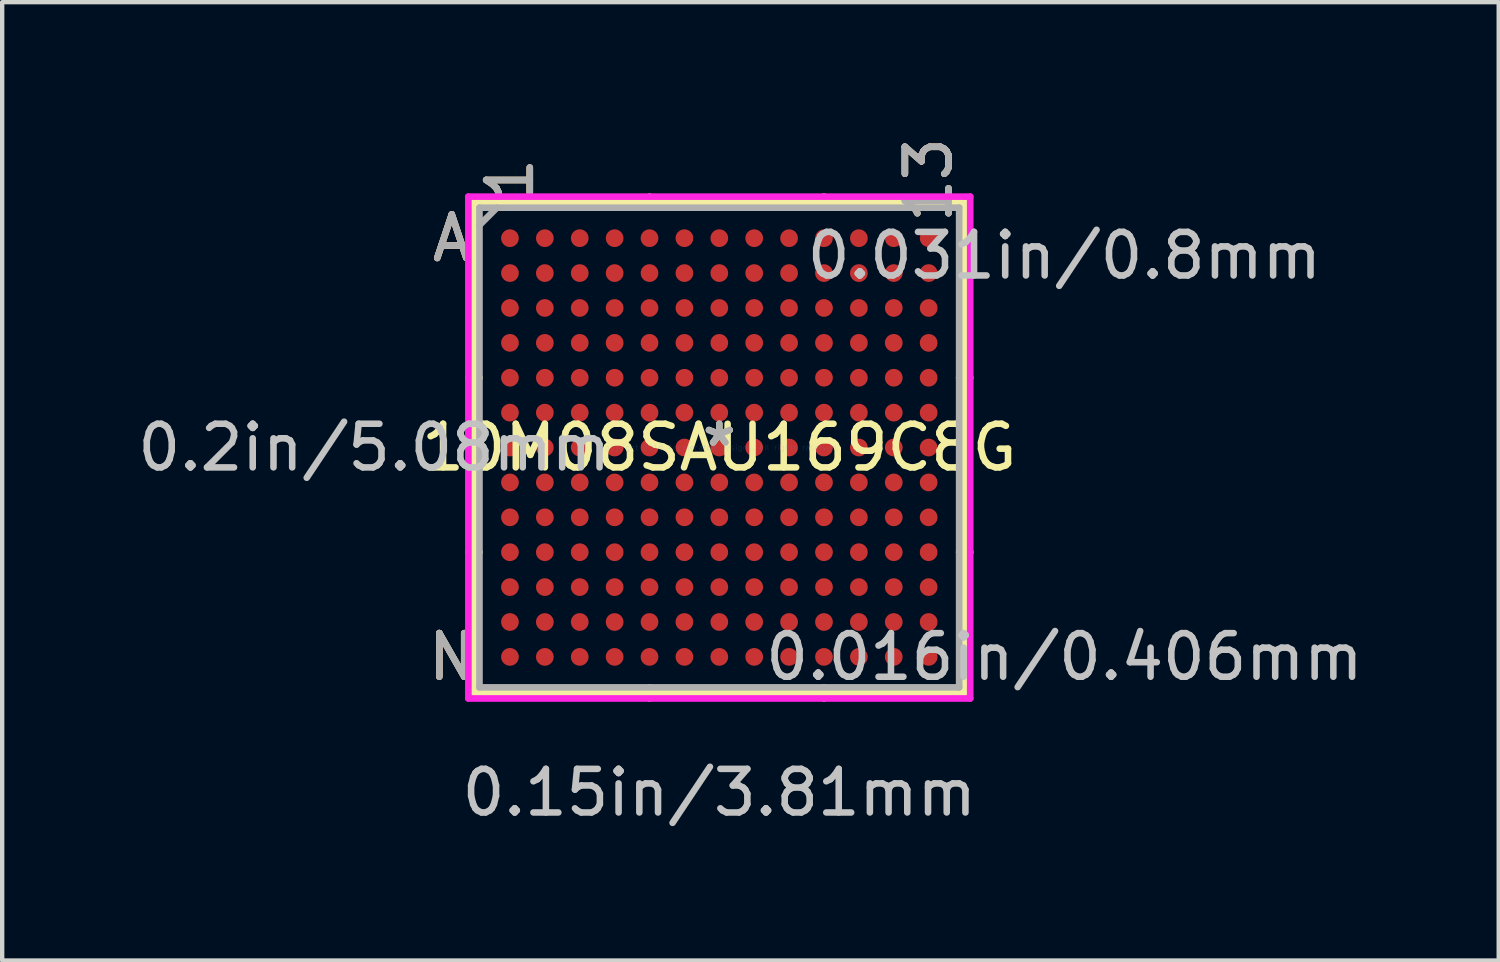
<source format=kicad_pcb>
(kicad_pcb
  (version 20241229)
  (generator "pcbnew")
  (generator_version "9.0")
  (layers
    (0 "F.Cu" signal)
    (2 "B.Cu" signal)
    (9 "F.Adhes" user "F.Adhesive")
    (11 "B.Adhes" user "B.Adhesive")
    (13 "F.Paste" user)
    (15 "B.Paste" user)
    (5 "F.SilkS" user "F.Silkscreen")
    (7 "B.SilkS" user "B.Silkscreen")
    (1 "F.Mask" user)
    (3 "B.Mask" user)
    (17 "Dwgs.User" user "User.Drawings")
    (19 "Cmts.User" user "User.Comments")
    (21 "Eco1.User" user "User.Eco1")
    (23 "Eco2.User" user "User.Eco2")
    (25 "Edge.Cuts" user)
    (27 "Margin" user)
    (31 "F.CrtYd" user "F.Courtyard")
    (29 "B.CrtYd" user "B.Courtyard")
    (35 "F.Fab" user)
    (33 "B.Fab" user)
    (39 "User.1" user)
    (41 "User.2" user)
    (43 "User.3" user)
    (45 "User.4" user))
  (footprint "10M08SAU169C8G"
    (layer "F.Cu")
    (at 13.442 7.211)
    (property "Reference" "10M08SAU169C8G" (at 0 0 0) (layer "F.SilkS") (effects (font (size 1 1) (thickness 0.15))))
    (attr through_hole)
    (fp_line (start -5.626 -5.626) (end -5.626 5.626) (stroke (width 0.152) (type solid)) (layer "F.SilkS"))
    (fp_line (start -5.626 5.626) (end 5.626 5.626) (stroke (width 0.152) (type solid)) (layer "F.SilkS"))
    (fp_line (start -5.499 -1.6) (end -5.753 -1.6) (stroke (width 0.152) (type solid)) (layer "F.SilkS"))
    (fp_line (start -5.499 2.4) (end -5.753 2.4) (stroke (width 0.152) (type solid)) (layer "F.SilkS"))
    (fp_line (start -1.6 -5.499) (end -1.6 -5.753) (stroke (width 0.152) (type solid)) (layer "F.SilkS"))
    (fp_line (start -1.6 5.499) (end -1.6 5.753) (stroke (width 0.152) (type solid)) (layer "F.SilkS"))
    (fp_line (start 2.4 -5.499) (end 2.4 -5.753) (stroke (width 0.152) (type solid)) (layer "F.SilkS"))
    (fp_line (start 2.4 5.499) (end 2.4 5.753) (stroke (width 0.152) (type solid)) (layer "F.SilkS"))
    (fp_line (start 5.499 -1.6) (end 5.753 -1.6) (stroke (width 0.152) (type solid)) (layer "F.SilkS"))
    (fp_line (start 5.499 2.4) (end 5.753 2.4) (stroke (width 0.152) (type solid)) (layer "F.SilkS"))
    (fp_line (start 5.626 -5.626) (end -5.626 -5.626) (stroke (width 0.152) (type solid)) (layer "F.SilkS"))
    (fp_line (start 5.626 5.626) (end 5.626 -5.626) (stroke (width 0.152) (type solid)) (layer "F.SilkS"))
    (fp_line (start -5.753 -5.753) (end 5.753 -5.753) (stroke (width 0.152) (type solid)) (layer "F.CrtYd"))
    (fp_line (start -5.753 5.753) (end -5.753 -5.753) (stroke (width 0.152) (type solid)) (layer "F.CrtYd"))
    (fp_line (start 5.753 -5.753) (end 5.753 5.753) (stroke (width 0.152) (type solid)) (layer "F.CrtYd"))
    (fp_line (start 5.753 5.753) (end -5.753 5.753) (stroke (width 0.152) (type solid)) (layer "F.CrtYd"))
    (fp_line (start -5.499 -5.499) (end -5.499 5.499) (stroke (width 0.152) (type solid)) (layer "F.Fab"))
    (fp_line (start -5.499 5.499) (end 5.499 5.499) (stroke (width 0.152) (type solid)) (layer "F.Fab"))
    (fp_line (start -5.099 -5.499) (end -5.499 -5.099) (stroke (width 0.152) (type solid)) (layer "F.Fab"))
    (fp_line (start 5.499 -5.499) (end -5.499 -5.499) (stroke (width 0.152) (type solid)) (layer "F.Fab"))
    (fp_line (start 5.499 5.499) (end 5.499 -5.499) (stroke (width 0.152) (type solid)) (layer "F.Fab"))
    (fp_text user "N" (at -6.134 4.8 0) (layer "F.SilkS") (effects (font (size 1 1) (thickness 0.15))))
    (fp_text user "1" (at -4.8 -6.134 90) (layer "F.SilkS") (effects (font (size 1 1) (thickness 0.15))))
    (fp_text user "13" (at 4.8 -6.134 90) (layer "F.SilkS") (effects (font (size 1 1) (thickness 0.15))))
    (fp_text user "*" (at 0 0 0) (layer "F.SilkS") (effects (font (size 1 1) (thickness 0.15))))
    (fp_text user "A" (at -6.134 -4.8 0) (layer "F.SilkS") (effects (font (size 1 1) (thickness 0.15))))
    (fp_text user "13" (at 4.8 -6.134 90) (layer "B.SilkS") (effects (font (size 1 1) (thickness 0.15))))
    (fp_text user "A" (at -6.134 -4.8 0) (layer "B.SilkS") (effects (font (size 1 1) (thickness 0.15))))
    (fp_text user "1" (at -4.8 -6.134 90) (layer "B.SilkS") (effects (font (size 1 1) (thickness 0.15))))
    (fp_text user "N" (at -6.134 4.8 0) (layer "B.SilkS") (effects (font (size 1 1) (thickness 0.15))))
    (fp_text user "0.016in/0.406mm" (at 7.912 4.8 0) (layer "Dwgs.User") (effects (font (size 1 1) (thickness 0.15))))
    (fp_text user "0.031in/0.8mm" (at 7.912 -4.4 0) (layer "Dwgs.User") (effects (font (size 1 1) (thickness 0.15))))
    (fp_text user "0.15in/3.81mm" (at 0 7.912 0) (layer "Dwgs.User") (effects (font (size 1 1) (thickness 0.15))))
    (fp_text user "0.2in/5.08mm" (at -7.912 0 0) (layer "Dwgs.User") (effects (font (size 1 1) (thickness 0.15))))
    (fp_text user "Copyright 2016 Accelerated Designs. All rights reserved." (at 0 0 0) (layer "Cmts.User") (effects (font (size 0.127 0.127) (thickness 0.002))))
    (fp_text user "A" (at -6.134 -4.8 0) (layer "F.Fab") (effects (font (size 1 1) (thickness 0.15))))
    (fp_text user "1" (at -4.8 -6.134 90) (layer "F.Fab") (effects (font (size 1 1) (thickness 0.15))))
    (fp_text user "13" (at 4.8 -6.134 90) (layer "F.Fab") (effects (font (size 1 1) (thickness 0.15))))
    (fp_text user "*" (at 0 0 0) (layer "F.Fab") (effects (font (size 1 1) (thickness 0.15))))
    (fp_text user "N" (at -6.134 4.8 0) (layer "F.Fab") (effects (font (size 1 1) (thickness 0.15))))
    (pad "A1" smd circle (at -4.8 -4.8) (size 0.406 0.406) (layers "F.Cu" "F.Mask" "F.Paste"))
    (pad "A2" smd circle (at -4 -4.8) (size 0.406 0.406) (layers "F.Cu" "F.Mask" "F.Paste"))
    (pad "A3" smd circle (at -3.2 -4.8) (size 0.406 0.406) (layers "F.Cu" "F.Mask" "F.Paste"))
    (pad "A4" smd circle (at -2.4 -4.8) (size 0.406 0.406) (layers "F.Cu" "F.Mask" "F.Paste"))
    (pad "A5" smd circle (at -1.6 -4.8) (size 0.406 0.406) (layers "F.Cu" "F.Mask" "F.Paste"))
    (pad "A6" smd circle (at -0.8 -4.8) (size 0.406 0.406) (layers "F.Cu" "F.Mask" "F.Paste"))
    (pad "A7" smd circle (at 0 -4.8) (size 0.406 0.406) (layers "F.Cu" "F.Mask" "F.Paste"))
    (pad "A8" smd circle (at 0.8 -4.8) (size 0.406 0.406) (layers "F.Cu" "F.Mask" "F.Paste"))
    (pad "A9" smd circle (at 1.6 -4.8) (size 0.406 0.406) (layers "F.Cu" "F.Mask" "F.Paste"))
    (pad "A10" smd circle (at 2.4 -4.8) (size 0.406 0.406) (layers "F.Cu" "F.Mask" "F.Paste"))
    (pad "A11" smd circle (at 3.2 -4.8) (size 0.406 0.406) (layers "F.Cu" "F.Mask" "F.Paste"))
    (pad "A12" smd circle (at 4 -4.8) (size 0.406 0.406) (layers "F.Cu" "F.Mask" "F.Paste"))
    (pad "A13" smd circle (at 4.8 -4.8) (size 0.406 0.406) (layers "F.Cu" "F.Mask" "F.Paste"))
    (pad "B1" smd circle (at -4.8 -4) (size 0.406 0.406) (layers "F.Cu" "F.Mask" "F.Paste"))
    (pad "B2" smd circle (at -4 -4) (size 0.406 0.406) (layers "F.Cu" "F.Mask" "F.Paste"))
    (pad "B3" smd circle (at -3.2 -4) (size 0.406 0.406) (layers "F.Cu" "F.Mask" "F.Paste"))
    (pad "B4" smd circle (at -2.4 -4) (size 0.406 0.406) (layers "F.Cu" "F.Mask" "F.Paste"))
    (pad "B5" smd circle (at -1.6 -4) (size 0.406 0.406) (layers "F.Cu" "F.Mask" "F.Paste"))
    (pad "B6" smd circle (at -0.8 -4) (size 0.406 0.406) (layers "F.Cu" "F.Mask" "F.Paste"))
    (pad "B7" smd circle (at 0 -4) (size 0.406 0.406) (layers "F.Cu" "F.Mask" "F.Paste"))
    (pad "B8" smd circle (at 0.8 -4) (size 0.406 0.406) (layers "F.Cu" "F.Mask" "F.Paste"))
    (pad "B9" smd circle (at 1.6 -4) (size 0.406 0.406) (layers "F.Cu" "F.Mask" "F.Paste"))
    (pad "B10" smd circle (at 2.4 -4) (size 0.406 0.406) (layers "F.Cu" "F.Mask" "F.Paste"))
    (pad "B11" smd circle (at 3.2 -4) (size 0.406 0.406) (layers "F.Cu" "F.Mask" "F.Paste"))
    (pad "B12" smd circle (at 4 -4) (size 0.406 0.406) (layers "F.Cu" "F.Mask" "F.Paste"))
    (pad "B13" smd circle (at 4.8 -4) (size 0.406 0.406) (layers "F.Cu" "F.Mask" "F.Paste"))
    (pad "C1" smd circle (at -4.8 -3.2) (size 0.406 0.406) (layers "F.Cu" "F.Mask" "F.Paste"))
    (pad "C2" smd circle (at -4 -3.2) (size 0.406 0.406) (layers "F.Cu" "F.Mask" "F.Paste"))
    (pad "C3" smd circle (at -3.2 -3.2) (size 0.406 0.406) (layers "F.Cu" "F.Mask" "F.Paste"))
    (pad "C4" smd circle (at -2.4 -3.2) (size 0.406 0.406) (layers "F.Cu" "F.Mask" "F.Paste"))
    (pad "C5" smd circle (at -1.6 -3.2) (size 0.406 0.406) (layers "F.Cu" "F.Mask" "F.Paste"))
    (pad "C6" smd circle (at -0.8 -3.2) (size 0.406 0.406) (layers "F.Cu" "F.Mask" "F.Paste"))
    (pad "C7" smd circle (at 0 -3.2) (size 0.406 0.406) (layers "F.Cu" "F.Mask" "F.Paste"))
    (pad "C8" smd circle (at 0.8 -3.2) (size 0.406 0.406) (layers "F.Cu" "F.Mask" "F.Paste"))
    (pad "C9" smd circle (at 1.6 -3.2) (size 0.406 0.406) (layers "F.Cu" "F.Mask" "F.Paste"))
    (pad "C10" smd circle (at 2.4 -3.2) (size 0.406 0.406) (layers "F.Cu" "F.Mask" "F.Paste"))
    (pad "C11" smd circle (at 3.2 -3.2) (size 0.406 0.406) (layers "F.Cu" "F.Mask" "F.Paste"))
    (pad "C12" smd circle (at 4 -3.2) (size 0.406 0.406) (layers "F.Cu" "F.Mask" "F.Paste"))
    (pad "C13" smd circle (at 4.8 -3.2) (size 0.406 0.406) (layers "F.Cu" "F.Mask" "F.Paste"))
    (pad "D1" smd circle (at -4.8 -2.4) (size 0.406 0.406) (layers "F.Cu" "F.Mask" "F.Paste"))
    (pad "D2" smd circle (at -4 -2.4) (size 0.406 0.406) (layers "F.Cu" "F.Mask" "F.Paste"))
    (pad "D3" smd circle (at -3.2 -2.4) (size 0.406 0.406) (layers "F.Cu" "F.Mask" "F.Paste"))
    (pad "D4" smd circle (at -2.4 -2.4) (size 0.406 0.406) (layers "F.Cu" "F.Mask" "F.Paste"))
    (pad "D5" smd circle (at -1.6 -2.4) (size 0.406 0.406) (layers "F.Cu" "F.Mask" "F.Paste"))
    (pad "D6" smd circle (at -0.8 -2.4) (size 0.406 0.406) (layers "F.Cu" "F.Mask" "F.Paste"))
    (pad "D7" smd circle (at 0 -2.4) (size 0.406 0.406) (layers "F.Cu" "F.Mask" "F.Paste"))
    (pad "D8" smd circle (at 0.8 -2.4) (size 0.406 0.406) (layers "F.Cu" "F.Mask" "F.Paste"))
    (pad "D9" smd circle (at 1.6 -2.4) (size 0.406 0.406) (layers "F.Cu" "F.Mask" "F.Paste"))
    (pad "D10" smd circle (at 2.4 -2.4) (size 0.406 0.406) (layers "F.Cu" "F.Mask" "F.Paste"))
    (pad "D11" smd circle (at 3.2 -2.4) (size 0.406 0.406) (layers "F.Cu" "F.Mask" "F.Paste"))
    (pad "D12" smd circle (at 4 -2.4) (size 0.406 0.406) (layers "F.Cu" "F.Mask" "F.Paste"))
    (pad "D13" smd circle (at 4.8 -2.4) (size 0.406 0.406) (layers "F.Cu" "F.Mask" "F.Paste"))
    (pad "E1" smd circle (at -4.8 -1.6) (size 0.406 0.406) (layers "F.Cu" "F.Mask" "F.Paste"))
    (pad "E2" smd circle (at -4 -1.6) (size 0.406 0.406) (layers "F.Cu" "F.Mask" "F.Paste"))
    (pad "E3" smd circle (at -3.2 -1.6) (size 0.406 0.406) (layers "F.Cu" "F.Mask" "F.Paste"))
    (pad "E4" smd circle (at -2.4 -1.6) (size 0.406 0.406) (layers "F.Cu" "F.Mask" "F.Paste"))
    (pad "E5" smd circle (at -1.6 -1.6) (size 0.406 0.406) (layers "F.Cu" "F.Mask" "F.Paste"))
    (pad "E6" smd circle (at -0.8 -1.6) (size 0.406 0.406) (layers "F.Cu" "F.Mask" "F.Paste"))
    (pad "E7" smd circle (at 0 -1.6) (size 0.406 0.406) (layers "F.Cu" "F.Mask" "F.Paste"))
    (pad "E8" smd circle (at 0.8 -1.6) (size 0.406 0.406) (layers "F.Cu" "F.Mask" "F.Paste"))
    (pad "E9" smd circle (at 1.6 -1.6) (size 0.406 0.406) (layers "F.Cu" "F.Mask" "F.Paste"))
    (pad "E10" smd circle (at 2.4 -1.6) (size 0.406 0.406) (layers "F.Cu" "F.Mask" "F.Paste"))
    (pad "E11" smd circle (at 3.2 -1.6) (size 0.406 0.406) (layers "F.Cu" "F.Mask" "F.Paste"))
    (pad "E12" smd circle (at 4 -1.6) (size 0.406 0.406) (layers "F.Cu" "F.Mask" "F.Paste"))
    (pad "E13" smd circle (at 4.8 -1.6) (size 0.406 0.406) (layers "F.Cu" "F.Mask" "F.Paste"))
    (pad "F1" smd circle (at -4.8 -0.8) (size 0.406 0.406) (layers "F.Cu" "F.Mask" "F.Paste"))
    (pad "F2" smd circle (at -4 -0.8) (size 0.406 0.406) (layers "F.Cu" "F.Mask" "F.Paste"))
    (pad "F3" smd circle (at -3.2 -0.8) (size 0.406 0.406) (layers "F.Cu" "F.Mask" "F.Paste"))
    (pad "F4" smd circle (at -2.4 -0.8) (size 0.406 0.406) (layers "F.Cu" "F.Mask" "F.Paste"))
    (pad "F5" smd circle (at -1.6 -0.8) (size 0.406 0.406) (layers "F.Cu" "F.Mask" "F.Paste"))
    (pad "F6" smd circle (at -0.8 -0.8) (size 0.406 0.406) (layers "F.Cu" "F.Mask" "F.Paste"))
    (pad "F7" smd circle (at 0 -0.8) (size 0.406 0.406) (layers "F.Cu" "F.Mask" "F.Paste"))
    (pad "F8" smd circle (at 0.8 -0.8) (size 0.406 0.406) (layers "F.Cu" "F.Mask" "F.Paste"))
    (pad "F9" smd circle (at 1.6 -0.8) (size 0.406 0.406) (layers "F.Cu" "F.Mask" "F.Paste"))
    (pad "F10" smd circle (at 2.4 -0.8) (size 0.406 0.406) (layers "F.Cu" "F.Mask" "F.Paste"))
    (pad "F11" smd circle (at 3.2 -0.8) (size 0.406 0.406) (layers "F.Cu" "F.Mask" "F.Paste"))
    (pad "F12" smd circle (at 4 -0.8) (size 0.406 0.406) (layers "F.Cu" "F.Mask" "F.Paste"))
    (pad "F13" smd circle (at 4.8 -0.8) (size 0.406 0.406) (layers "F.Cu" "F.Mask" "F.Paste"))
    (pad "G1" smd circle (at -4.8 0) (size 0.406 0.406) (layers "F.Cu" "F.Mask" "F.Paste"))
    (pad "G2" smd circle (at -4 0) (size 0.406 0.406) (layers "F.Cu" "F.Mask" "F.Paste"))
    (pad "G3" smd circle (at -3.2 0) (size 0.406 0.406) (layers "F.Cu" "F.Mask" "F.Paste"))
    (pad "G4" smd circle (at -2.4 0) (size 0.406 0.406) (layers "F.Cu" "F.Mask" "F.Paste"))
    (pad "G5" smd circle (at -1.6 0) (size 0.406 0.406) (layers "F.Cu" "F.Mask" "F.Paste"))
    (pad "G6" smd circle (at -0.8 0) (size 0.406 0.406) (layers "F.Cu" "F.Mask" "F.Paste"))
    (pad "G7" smd circle (at 0 0) (size 0.406 0.406) (layers "F.Cu" "F.Mask" "F.Paste"))
    (pad "G8" smd circle (at 0.8 0) (size 0.406 0.406) (layers "F.Cu" "F.Mask" "F.Paste"))
    (pad "G9" smd circle (at 1.6 0) (size 0.406 0.406) (layers "F.Cu" "F.Mask" "F.Paste"))
    (pad "G10" smd circle (at 2.4 0) (size 0.406 0.406) (layers "F.Cu" "F.Mask" "F.Paste"))
    (pad "G11" smd circle (at 3.2 0) (size 0.406 0.406) (layers "F.Cu" "F.Mask" "F.Paste"))
    (pad "G12" smd circle (at 4 0) (size 0.406 0.406) (layers "F.Cu" "F.Mask" "F.Paste"))
    (pad "G13" smd circle (at 4.8 0) (size 0.406 0.406) (layers "F.Cu" "F.Mask" "F.Paste"))
    (pad "H1" smd circle (at -4.8 0.8) (size 0.406 0.406) (layers "F.Cu" "F.Mask" "F.Paste"))
    (pad "H2" smd circle (at -4 0.8) (size 0.406 0.406) (layers "F.Cu" "F.Mask" "F.Paste"))
    (pad "H3" smd circle (at -3.2 0.8) (size 0.406 0.406) (layers "F.Cu" "F.Mask" "F.Paste"))
    (pad "H4" smd circle (at -2.4 0.8) (size 0.406 0.406) (layers "F.Cu" "F.Mask" "F.Paste"))
    (pad "H5" smd circle (at -1.6 0.8) (size 0.406 0.406) (layers "F.Cu" "F.Mask" "F.Paste"))
    (pad "H6" smd circle (at -0.8 0.8) (size 0.406 0.406) (layers "F.Cu" "F.Mask" "F.Paste"))
    (pad "H7" smd circle (at 0 0.8) (size 0.406 0.406) (layers "F.Cu" "F.Mask" "F.Paste"))
    (pad "H8" smd circle (at 0.8 0.8) (size 0.406 0.406) (layers "F.Cu" "F.Mask" "F.Paste"))
    (pad "H9" smd circle (at 1.6 0.8) (size 0.406 0.406) (layers "F.Cu" "F.Mask" "F.Paste"))
    (pad "H10" smd circle (at 2.4 0.8) (size 0.406 0.406) (layers "F.Cu" "F.Mask" "F.Paste"))
    (pad "H11" smd circle (at 3.2 0.8) (size 0.406 0.406) (layers "F.Cu" "F.Mask" "F.Paste"))
    (pad "H12" smd circle (at 4 0.8) (size 0.406 0.406) (layers "F.Cu" "F.Mask" "F.Paste"))
    (pad "H13" smd circle (at 4.8 0.8) (size 0.406 0.406) (layers "F.Cu" "F.Mask" "F.Paste"))
    (pad "J1" smd circle (at -4.8 1.6) (size 0.406 0.406) (layers "F.Cu" "F.Mask" "F.Paste"))
    (pad "J2" smd circle (at -4 1.6) (size 0.406 0.406) (layers "F.Cu" "F.Mask" "F.Paste"))
    (pad "J3" smd circle (at -3.2 1.6) (size 0.406 0.406) (layers "F.Cu" "F.Mask" "F.Paste"))
    (pad "J4" smd circle (at -2.4 1.6) (size 0.406 0.406) (layers "F.Cu" "F.Mask" "F.Paste"))
    (pad "J5" smd circle (at -1.6 1.6) (size 0.406 0.406) (layers "F.Cu" "F.Mask" "F.Paste"))
    (pad "J6" smd circle (at -0.8 1.6) (size 0.406 0.406) (layers "F.Cu" "F.Mask" "F.Paste"))
    (pad "J7" smd circle (at 0 1.6) (size 0.406 0.406) (layers "F.Cu" "F.Mask" "F.Paste"))
    (pad "J8" smd circle (at 0.8 1.6) (size 0.406 0.406) (layers "F.Cu" "F.Mask" "F.Paste"))
    (pad "J9" smd circle (at 1.6 1.6) (size 0.406 0.406) (layers "F.Cu" "F.Mask" "F.Paste"))
    (pad "J10" smd circle (at 2.4 1.6) (size 0.406 0.406) (layers "F.Cu" "F.Mask" "F.Paste"))
    (pad "J11" smd circle (at 3.2 1.6) (size 0.406 0.406) (layers "F.Cu" "F.Mask" "F.Paste"))
    (pad "J12" smd circle (at 4 1.6) (size 0.406 0.406) (layers "F.Cu" "F.Mask" "F.Paste"))
    (pad "J13" smd circle (at 4.8 1.6) (size 0.406 0.406) (layers "F.Cu" "F.Mask" "F.Paste"))
    (pad "K1" smd circle (at -4.8 2.4) (size 0.406 0.406) (layers "F.Cu" "F.Mask" "F.Paste"))
    (pad "K2" smd circle (at -4 2.4) (size 0.406 0.406) (layers "F.Cu" "F.Mask" "F.Paste"))
    (pad "K3" smd circle (at -3.2 2.4) (size 0.406 0.406) (layers "F.Cu" "F.Mask" "F.Paste"))
    (pad "K4" smd circle (at -2.4 2.4) (size 0.406 0.406) (layers "F.Cu" "F.Mask" "F.Paste"))
    (pad "K5" smd circle (at -1.6 2.4) (size 0.406 0.406) (layers "F.Cu" "F.Mask" "F.Paste"))
    (pad "K6" smd circle (at -0.8 2.4) (size 0.406 0.406) (layers "F.Cu" "F.Mask" "F.Paste"))
    (pad "K7" smd circle (at 0 2.4) (size 0.406 0.406) (layers "F.Cu" "F.Mask" "F.Paste"))
    (pad "K8" smd circle (at 0.8 2.4) (size 0.406 0.406) (layers "F.Cu" "F.Mask" "F.Paste"))
    (pad "K9" smd circle (at 1.6 2.4) (size 0.406 0.406) (layers "F.Cu" "F.Mask" "F.Paste"))
    (pad "K10" smd circle (at 2.4 2.4) (size 0.406 0.406) (layers "F.Cu" "F.Mask" "F.Paste"))
    (pad "K11" smd circle (at 3.2 2.4) (size 0.406 0.406) (layers "F.Cu" "F.Mask" "F.Paste"))
    (pad "K12" smd circle (at 4 2.4) (size 0.406 0.406) (layers "F.Cu" "F.Mask" "F.Paste"))
    (pad "K13" smd circle (at 4.8 2.4) (size 0.406 0.406) (layers "F.Cu" "F.Mask" "F.Paste"))
    (pad "L1" smd circle (at -4.8 3.2) (size 0.406 0.406) (layers "F.Cu" "F.Mask" "F.Paste"))
    (pad "L2" smd circle (at -4 3.2) (size 0.406 0.406) (layers "F.Cu" "F.Mask" "F.Paste"))
    (pad "L3" smd circle (at -3.2 3.2) (size 0.406 0.406) (layers "F.Cu" "F.Mask" "F.Paste"))
    (pad "L4" smd circle (at -2.4 3.2) (size 0.406 0.406) (layers "F.Cu" "F.Mask" "F.Paste"))
    (pad "L5" smd circle (at -1.6 3.2) (size 0.406 0.406) (layers "F.Cu" "F.Mask" "F.Paste"))
    (pad "L6" smd circle (at -0.8 3.2) (size 0.406 0.406) (layers "F.Cu" "F.Mask" "F.Paste"))
    (pad "L7" smd circle (at 0 3.2) (size 0.406 0.406) (layers "F.Cu" "F.Mask" "F.Paste"))
    (pad "L8" smd circle (at 0.8 3.2) (size 0.406 0.406) (layers "F.Cu" "F.Mask" "F.Paste"))
    (pad "L9" smd circle (at 1.6 3.2) (size 0.406 0.406) (layers "F.Cu" "F.Mask" "F.Paste"))
    (pad "L10" smd circle (at 2.4 3.2) (size 0.406 0.406) (layers "F.Cu" "F.Mask" "F.Paste"))
    (pad "L11" smd circle (at 3.2 3.2) (size 0.406 0.406) (layers "F.Cu" "F.Mask" "F.Paste"))
    (pad "L12" smd circle (at 4 3.2) (size 0.406 0.406) (layers "F.Cu" "F.Mask" "F.Paste"))
    (pad "L13" smd circle (at 4.8 3.2) (size 0.406 0.406) (layers "F.Cu" "F.Mask" "F.Paste"))
    (pad "M1" smd circle (at -4.8 4) (size 0.406 0.406) (layers "F.Cu" "F.Mask" "F.Paste"))
    (pad "M2" smd circle (at -4 4) (size 0.406 0.406) (layers "F.Cu" "F.Mask" "F.Paste"))
    (pad "M3" smd circle (at -3.2 4) (size 0.406 0.406) (layers "F.Cu" "F.Mask" "F.Paste"))
    (pad "M4" smd circle (at -2.4 4) (size 0.406 0.406) (layers "F.Cu" "F.Mask" "F.Paste"))
    (pad "M5" smd circle (at -1.6 4) (size 0.406 0.406) (layers "F.Cu" "F.Mask" "F.Paste"))
    (pad "M6" smd circle (at -0.8 4) (size 0.406 0.406) (layers "F.Cu" "F.Mask" "F.Paste"))
    (pad "M7" smd circle (at 0 4) (size 0.406 0.406) (layers "F.Cu" "F.Mask" "F.Paste"))
    (pad "M8" smd circle (at 0.8 4) (size 0.406 0.406) (layers "F.Cu" "F.Mask" "F.Paste"))
    (pad "M9" smd circle (at 1.6 4) (size 0.406 0.406) (layers "F.Cu" "F.Mask" "F.Paste"))
    (pad "M10" smd circle (at 2.4 4) (size 0.406 0.406) (layers "F.Cu" "F.Mask" "F.Paste"))
    (pad "M11" smd circle (at 3.2 4) (size 0.406 0.406) (layers "F.Cu" "F.Mask" "F.Paste"))
    (pad "M12" smd circle (at 4 4) (size 0.406 0.406) (layers "F.Cu" "F.Mask" "F.Paste"))
    (pad "M13" smd circle (at 4.8 4) (size 0.406 0.406) (layers "F.Cu" "F.Mask" "F.Paste"))
    (pad "N1" smd circle (at -4.8 4.8) (size 0.406 0.406) (layers "F.Cu" "F.Mask" "F.Paste"))
    (pad "N2" smd circle (at -4 4.8) (size 0.406 0.406) (layers "F.Cu" "F.Mask" "F.Paste"))
    (pad "N3" smd circle (at -3.2 4.8) (size 0.406 0.406) (layers "F.Cu" "F.Mask" "F.Paste"))
    (pad "N4" smd circle (at -2.4 4.8) (size 0.406 0.406) (layers "F.Cu" "F.Mask" "F.Paste"))
    (pad "N5" smd circle (at -1.6 4.8) (size 0.406 0.406) (layers "F.Cu" "F.Mask" "F.Paste"))
    (pad "N6" smd circle (at -0.8 4.8) (size 0.406 0.406) (layers "F.Cu" "F.Mask" "F.Paste"))
    (pad "N7" smd circle (at 0 4.8) (size 0.406 0.406) (layers "F.Cu" "F.Mask" "F.Paste"))
    (pad "N8" smd circle (at 0.8 4.8) (size 0.406 0.406) (layers "F.Cu" "F.Mask" "F.Paste"))
    (pad "N9" smd circle (at 1.6 4.8) (size 0.406 0.406) (layers "F.Cu" "F.Mask" "F.Paste"))
    (pad "N10" smd circle (at 2.4 4.8) (size 0.406 0.406) (layers "F.Cu" "F.Mask" "F.Paste"))
    (pad "N11" smd circle (at 3.2 4.8) (size 0.406 0.406) (layers "F.Cu" "F.Mask" "F.Paste"))
    (pad "N12" smd circle (at 4 4.8) (size 0.406 0.406) (layers "F.Cu" "F.Mask" "F.Paste"))
    (pad "N13" smd circle (at 4.8 4.8) (size 0.406 0.406) (layers "F.Cu" "F.Mask" "F.Paste")))
  (gr_rect
    (start -3 -3)
    (end 31.312 18.972)
    (stroke (width 0.1) (type default))
    (fill no)
    (layer "Edge.Cuts")))
</source>
